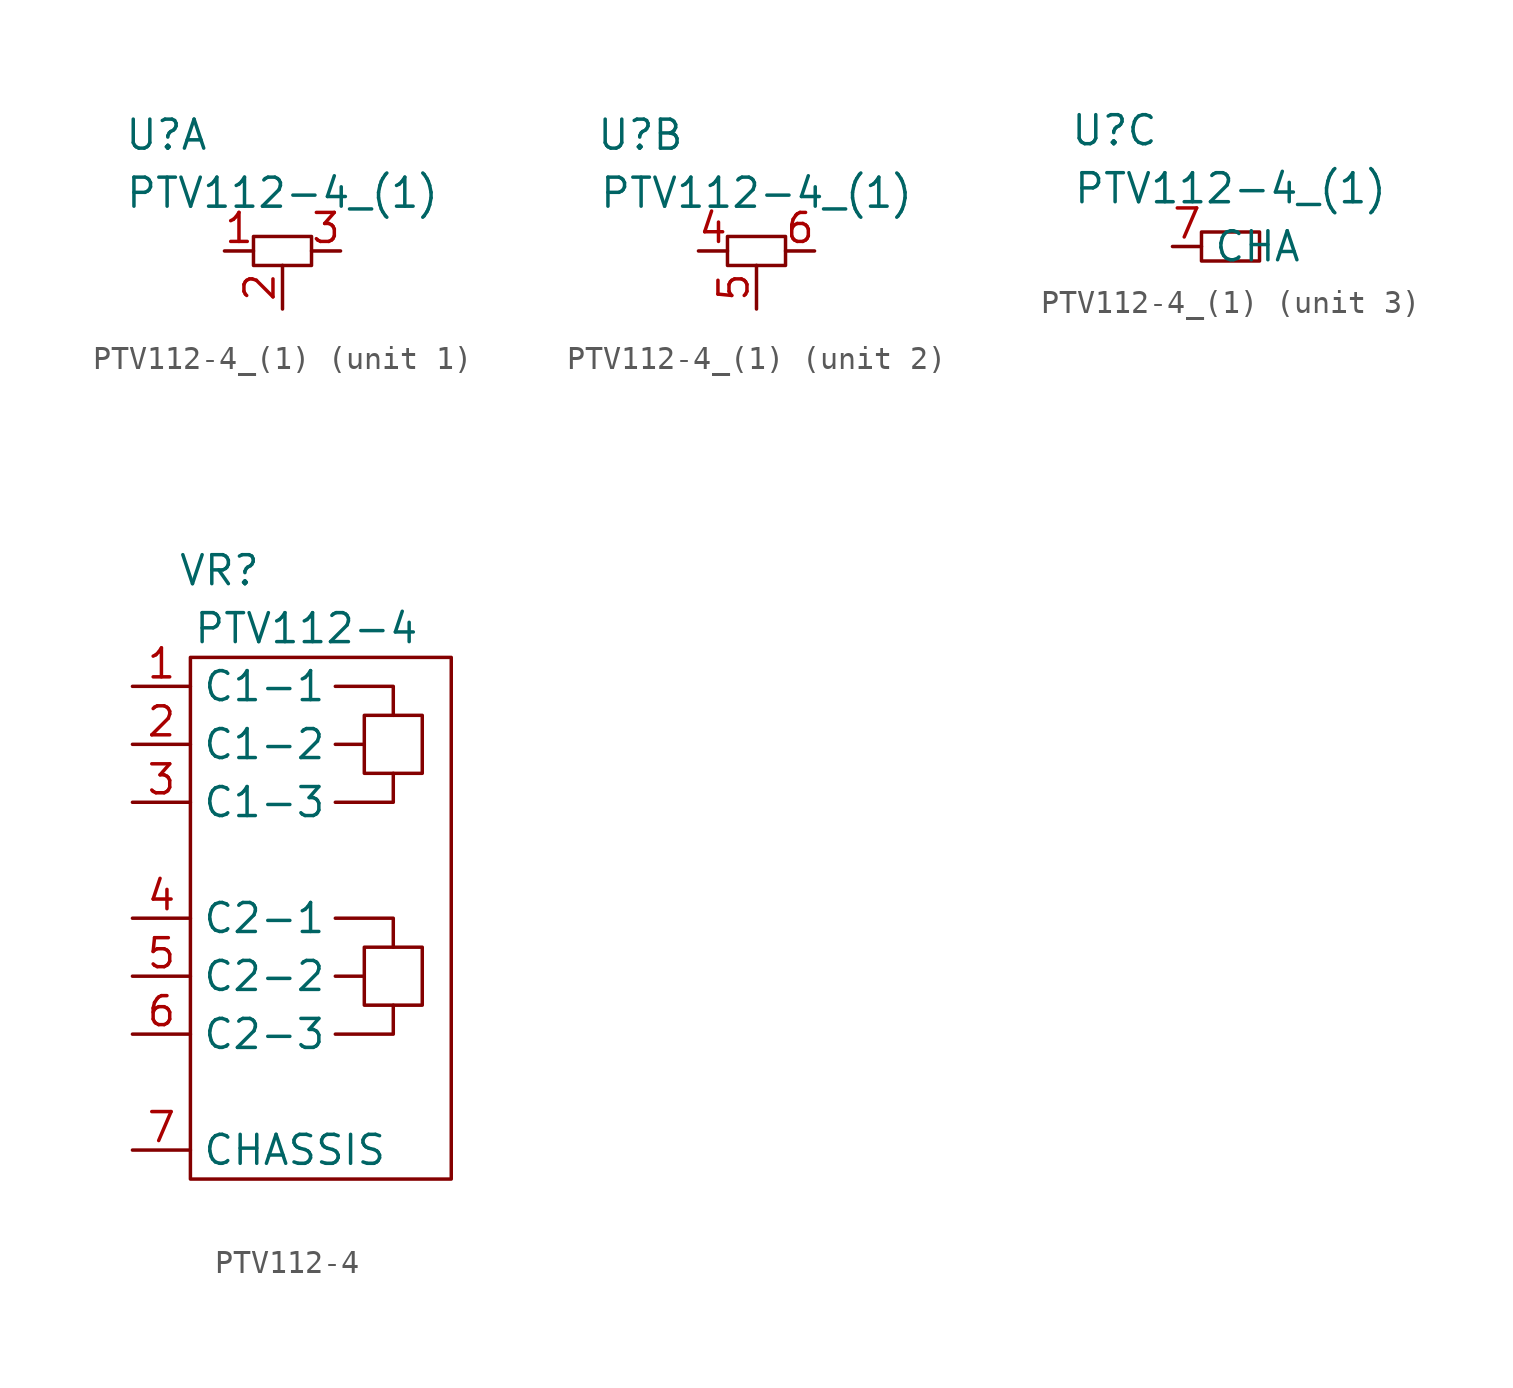
<source format=kicad_sym>
(kicad_symbol_lib
  (version 20211014)
  (generator kicad_symbol_editor)
  (symbol "PTV112-4_(1)"
    (property "Reference" "U"
      (at -5.08 5.08 0)
      (effects (font (size 1.27 1.27))))
    (property "Value" "PTV112-4_(1)"
      (at 0 2.54 0)
      (effects (font (size 1.27 1.27))))
    (symbol "PTV112-4_(1)_0_1"
      (rectangle (start 1.27 0.635) (end -1.27 -0.635) (stroke (width 0) (type default) (color 0 0 0 0)) (fill (type none))))
    (symbol "PTV112-4_(1)_1_1"
      (pin passive line (at -2.54 0 0) (length 1.27) (name "" (effects (font (size 1.27 1.27)))) (number "1" (effects (font (size 1.27 1.27)))))
      (pin passive line (at 0 -2.54 90) (length 1.91) (name "" (effects (font (size 1.27 1.27)))) (number "2" (effects (font (size 1.27 1.27)))))
      (pin passive line (at 2.54 0 180) (length 1.27) (name "" (effects (font (size 1.27 1.27)))) (number "3" (effects (font (size 1.27 1.27))))))
    (symbol "PTV112-4_(1)_2_1"
      (pin passive line (at -2.54 0 0) (length 1.27) (name "" (effects (font (size 1.27 1.27)))) (number "4" (effects (font (size 1.27 1.27)))))
      (pin passive line (at 0 -2.54 90) (length 1.91) (name "" (effects (font (size 1.27 1.27)))) (number "5" (effects (font (size 1.27 1.27)))))
      (pin passive line (at 2.54 0 180) (length 1.27) (name "" (effects (font (size 1.27 1.27)))) (number "6" (effects (font (size 1.27 1.27))))))
    (symbol "PTV112-4_(1)_3_1"
      (pin passive line (at -2.54 0 0) (length 1.27) (name "CHA" (effects (font (size 1.27 1.27)))) (number "7" (effects (font (size 1.27 1.27)))))))
  (symbol "PTV112-4"
    (property "Reference" "VR"
      (at 1.27 12.7 0)
      (effects (font (size 1.27 1.27))))
    (property "Value" "PTV112-4"
      (at 5.08 10.16 0)
      (effects (font (size 1.27 1.27))))
    (symbol "PTV112-4_0_1"
      (polyline (pts (xy 7.62 -5.08) (xy 6.35 -5.08)) (stroke (width 0) (type default) (color 0 0 0 0)) (fill (type none)))
      (polyline (pts (xy 7.62 5.08) (xy 6.35 5.08)) (stroke (width 0) (type default) (color 0 0 0 0)) (fill (type none)))
      (polyline (pts (xy 6.35 -7.62) (xy 8.89 -7.62) (xy 8.89 -6.35)) (stroke (width 0) (type default) (color 0 0 0 0)) (fill (type none)))
      (polyline (pts (xy 6.35 -2.54) (xy 8.89 -2.54) (xy 8.89 -3.81)) (stroke (width 0) (type default) (color 0 0 0 0)) (fill (type none)))
      (polyline (pts (xy 6.35 2.54) (xy 8.89 2.54) (xy 8.89 3.81)) (stroke (width 0) (type default) (color 0 0 0 0)) (fill (type none)))
      (polyline (pts (xy 6.35 7.62) (xy 8.89 7.62) (xy 8.89 6.35)) (stroke (width 0) (type default) (color 0 0 0 0)) (fill (type none)))
      (rectangle (start 0 8.89) (end 11.43 -13.97) (stroke (width 0) (type default) (color 0 0 0 0)) (fill (type none)))
      (rectangle (start 7.62 -3.81) (end 10.16 -6.35) (stroke (width 0) (type default) (color 0 0 0 0)) (fill (type none)))
      (rectangle (start 7.62 6.35) (end 10.16 3.81) (stroke (width 0) (type default) (color 0 0 0 0)) (fill (type none))))
    (symbol "PTV112-4_1_1"
      (pin passive line (at -2.54 7.62 0) (length 2.54) (name "C1-1" (effects (font (size 1.27 1.27)))) (number "1" (effects (font (size 1.27 1.27)))))
      (pin passive line (at -2.54 5.08 0) (length 2.54) (name "C1-2" (effects (font (size 1.27 1.27)))) (number "2" (effects (font (size 1.27 1.27)))))
      (pin passive line (at -2.54 2.54 0) (length 2.54) (name "C1-3" (effects (font (size 1.27 1.27)))) (number "3" (effects (font (size 1.27 1.27)))))
      (pin passive line (at -2.54 -2.54 0) (length 2.54) (name "C2-1" (effects (font (size 1.27 1.27)))) (number "4" (effects (font (size 1.27 1.27)))))
      (pin passive line (at -2.54 -5.08 0) (length 2.54) (name "C2-2" (effects (font (size 1.27 1.27)))) (number "5" (effects (font (size 1.27 1.27)))))
      (pin passive line (at -2.54 -7.62 0) (length 2.54) (name "C2-3" (effects (font (size 1.27 1.27)))) (number "6" (effects (font (size 1.27 1.27)))))
      (pin passive line (at -2.54 -12.7 0) (length 2.54) (name "CHASSIS" (effects (font (size 1.27 1.27)))) (number "7" (effects (font (size 1.27 1.27))))))))
</source>
